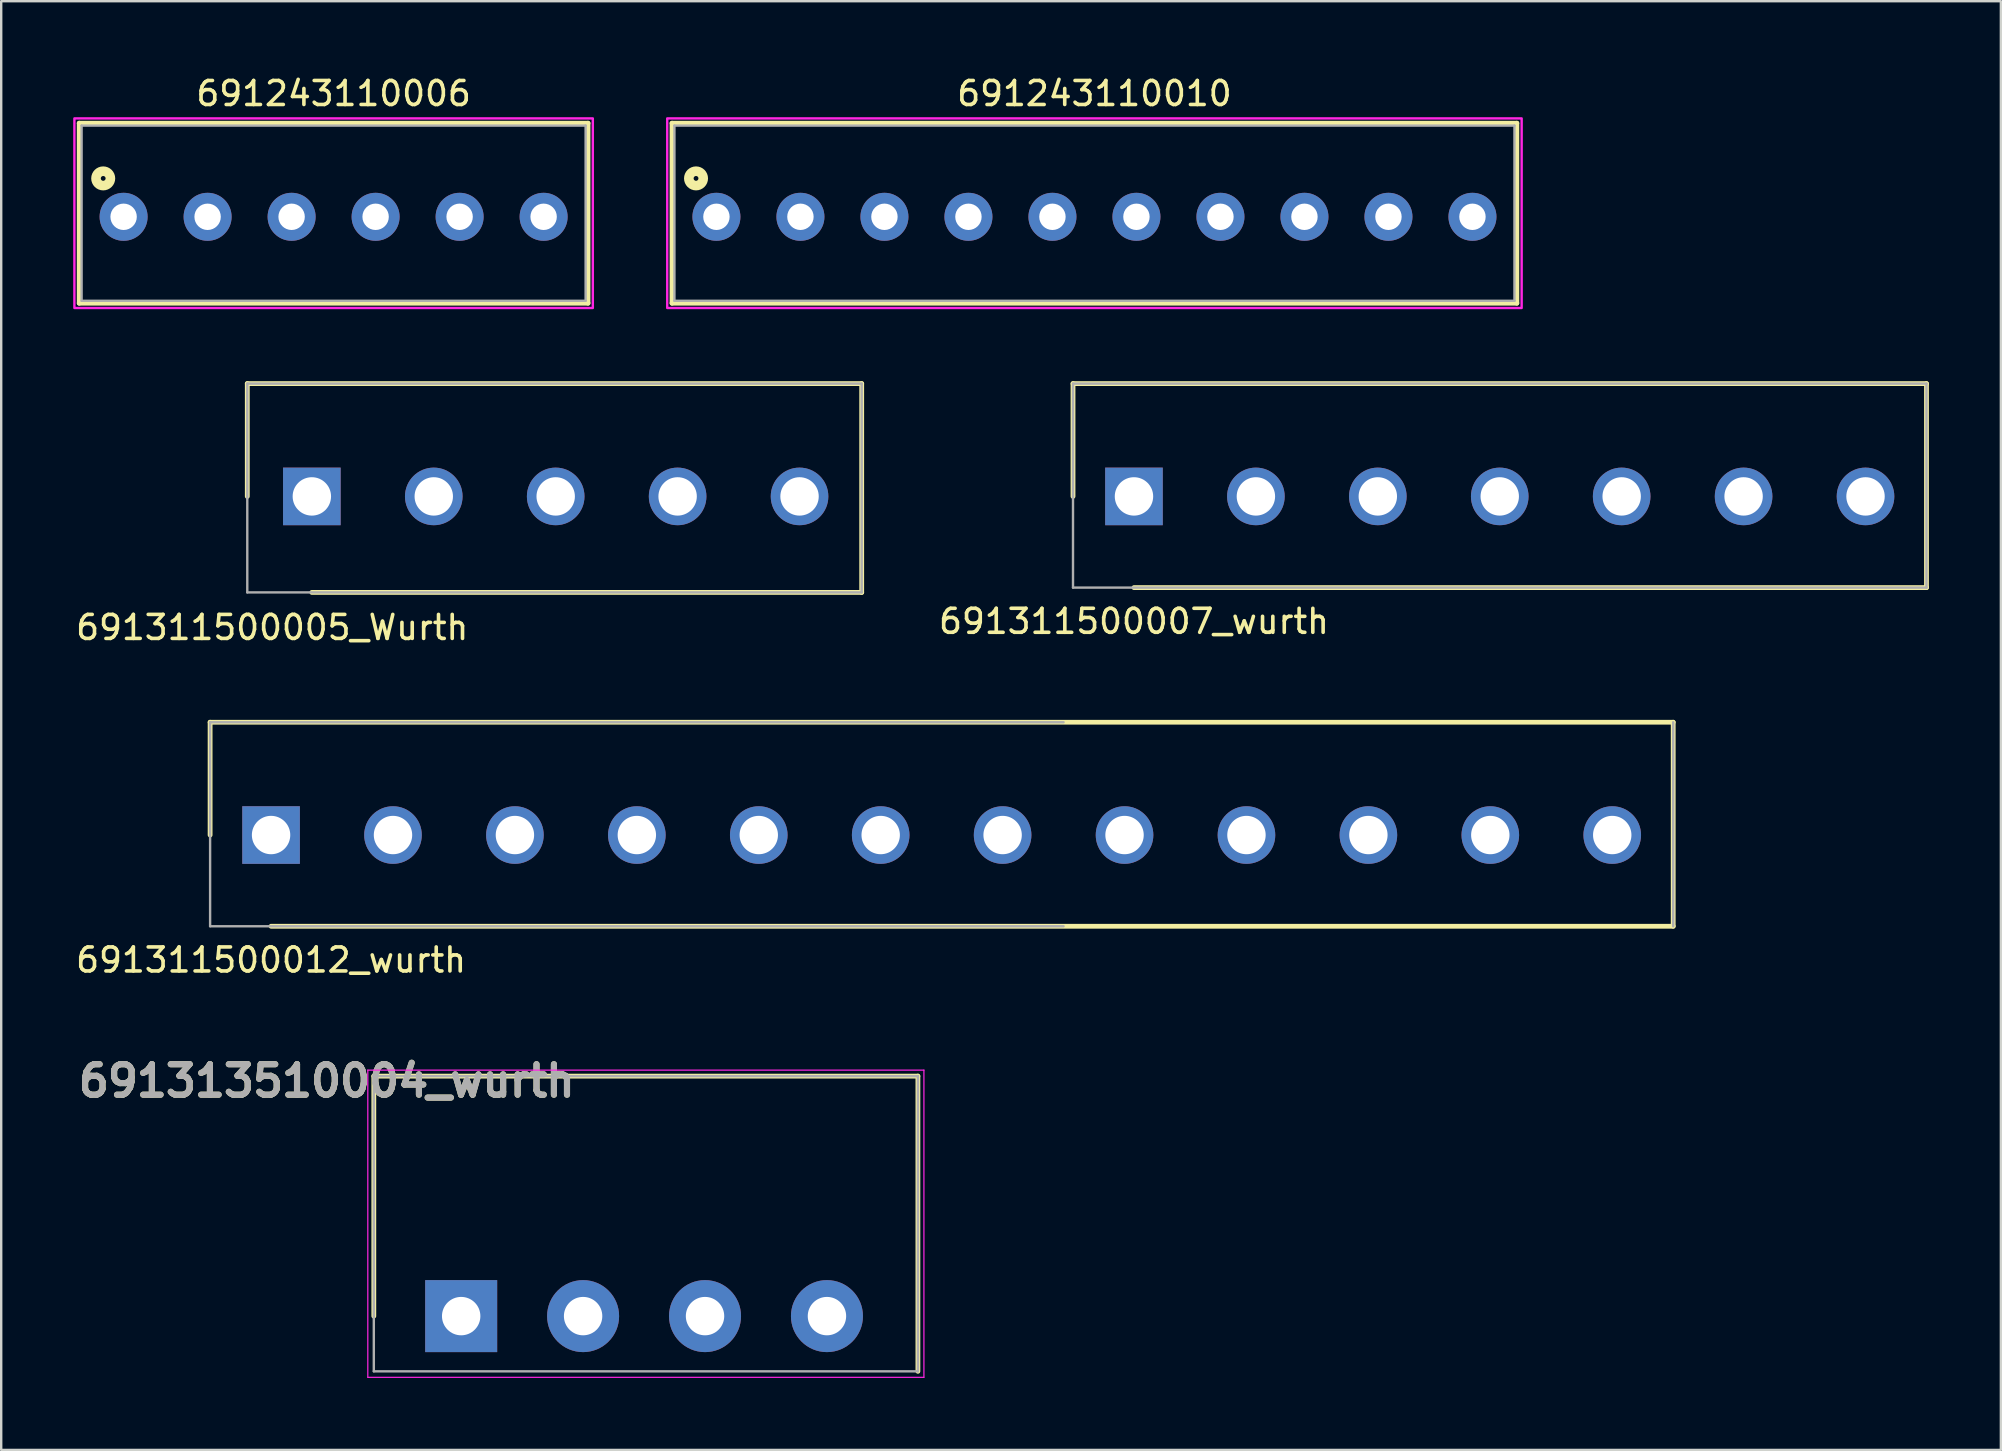
<source format=kicad_pcb>
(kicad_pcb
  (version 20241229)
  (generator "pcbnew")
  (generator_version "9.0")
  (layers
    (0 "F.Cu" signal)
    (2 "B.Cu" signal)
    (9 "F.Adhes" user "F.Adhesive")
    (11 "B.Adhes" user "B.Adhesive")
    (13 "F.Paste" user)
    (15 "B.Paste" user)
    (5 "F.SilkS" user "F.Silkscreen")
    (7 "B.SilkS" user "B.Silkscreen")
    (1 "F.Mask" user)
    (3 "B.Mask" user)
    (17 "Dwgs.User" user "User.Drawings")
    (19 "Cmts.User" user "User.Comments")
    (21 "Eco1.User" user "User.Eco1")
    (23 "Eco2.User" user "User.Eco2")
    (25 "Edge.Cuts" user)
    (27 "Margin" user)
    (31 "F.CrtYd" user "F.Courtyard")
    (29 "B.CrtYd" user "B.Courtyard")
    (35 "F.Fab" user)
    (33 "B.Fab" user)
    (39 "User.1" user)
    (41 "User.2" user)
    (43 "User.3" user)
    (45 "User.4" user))
  (footprint "691313510004_wurth"
    (layer "F.Cu")
    (at 16.165 51.786)
    (property "Reference" "691313510004_wurth" (at -5.6 -9.8 0) (layer "F.SilkS") (effects (font (size 1.27 1.27) (thickness 0.254))))
    (attr through_hole)
    (fp_line (start -3.64 -10) (end 19.03 -10) (stroke (width 0.2) (type solid)) (layer "F.SilkS"))
    (fp_line (start -3.64 0) (end -3.64 -10) (stroke (width 0.2) (type solid)) (layer "F.SilkS"))
    (fp_line (start 19.03 -10) (end 19.03 2.3) (stroke (width 0.2) (type solid)) (layer "F.SilkS"))
    (fp_line (start -3.89 -10.25) (end -3.89 2.55) (stroke (width 0.05) (type solid)) (layer "F.CrtYd"))
    (fp_line (start -3.89 2.55) (end 19.28 2.55) (stroke (width 0.05) (type solid)) (layer "F.CrtYd"))
    (fp_line (start 19.28 -10.25) (end -3.89 -10.25) (stroke (width 0.05) (type solid)) (layer "F.CrtYd"))
    (fp_line (start 19.28 2.55) (end 19.28 -10.25) (stroke (width 0.05) (type solid)) (layer "F.CrtYd"))
    (fp_line (start -3.64 -10) (end 19.03 -10) (stroke (width 0.1) (type solid)) (layer "F.Fab"))
    (fp_line (start -3.64 2.3) (end -3.64 -10) (stroke (width 0.1) (type solid)) (layer "F.Fab"))
    (fp_line (start 19.03 -10) (end 19.03 2.3) (stroke (width 0.1) (type solid)) (layer "F.Fab"))
    (fp_line (start 19.03 2.3) (end -3.64 2.3) (stroke (width 0.1) (type solid)) (layer "F.Fab"))
    (fp_text user "${REFERENCE}" (at -5.6 -9.8 0) (layer "F.Fab") (effects (font (size 1.27 1.27) (thickness 0.254))))
    (pad "1" thru_hole rect (at 0 0) (size 3 3) (drill 1.6) (layers "*.Cu" "*.Mask"))
    (pad "2" thru_hole circle (at 5.08 0) (size 3 3) (drill 1.6) (layers "*.Cu" "*.Mask"))
    (pad "3" thru_hole circle (at 10.16 0) (size 3 3) (drill 1.6) (layers "*.Cu" "*.Mask"))
    (pad "4" thru_hole circle (at 15.24 0) (size 3 3) (drill 1.6) (layers "*.Cu" "*.Mask")))
  (footprint "691243110006"
    (layer "F.Cu")
    (at 10.85 5.983)
    (property "Reference" "691243110006" (at 0 -5.135 0) (layer "F.SilkS") (effects (font (size 1 1) (thickness 0.15))))
    (attr through_hole)
    (fp_line (start -10.6 -3.9) (end 10.6 -3.9) (stroke (width 0.2) (type solid)) (layer "F.SilkS"))
    (fp_line (start -10.6 3.6) (end -10.6 -3.9) (stroke (width 0.2) (type solid)) (layer "F.SilkS"))
    (fp_line (start 10.6 -3.9) (end 10.6 3.6) (stroke (width 0.2) (type solid)) (layer "F.SilkS"))
    (fp_line (start 10.6 3.6) (end -10.6 3.6) (stroke (width 0.2) (type solid)) (layer "F.SilkS"))
    (fp_circle (center -9.6 -1.6) (end -9.5 -1.6) (stroke (width 0.4) (type solid)) (fill no) (layer "F.SilkS"))
    (fp_poly (pts (xy -10.8 -4.1) (xy 10.8 -4.1) (xy 10.8 3.8) (xy -10.8 3.8)) (stroke (width 0.1) (type solid)) (fill no) (layer "F.CrtYd"))
    (fp_line (start -10.5 -3.8) (end 10.5 -3.8) (stroke (width 0.1) (type solid)) (layer "F.Fab"))
    (fp_line (start -10.5 3.5) (end -10.5 -3.8) (stroke (width 0.1) (type solid)) (layer "F.Fab"))
    (fp_line (start 10.5 -3.8) (end 10.5 3.5) (stroke (width 0.1) (type solid)) (layer "F.Fab"))
    (fp_line (start 10.5 3.5) (end -10.5 3.5) (stroke (width 0.1) (type solid)) (layer "F.Fab"))
    (pad "1" thru_hole circle (at -8.75 0) (size 2 2) (drill 1.1) (layers "*.Cu" "*.Mask"))
    (pad "2" thru_hole circle (at -5.25 0) (size 2 2) (drill 1.1) (layers "*.Cu" "*.Mask"))
    (pad "3" thru_hole circle (at -1.75 0) (size 2 2) (drill 1.1) (layers "*.Cu" "*.Mask"))
    (pad "4" thru_hole circle (at 1.75 0) (size 2 2) (drill 1.1) (layers "*.Cu" "*.Mask"))
    (pad "5" thru_hole circle (at 5.25 0) (size 2 2) (drill 1.1) (layers "*.Cu" "*.Mask"))
    (pad "6" thru_hole circle (at 8.75 0) (size 2 2) (drill 1.1) (layers "*.Cu" "*.Mask")))
  (footprint "691311500005_Wurth"
    (layer "F.Cu")
    (at 9.943 17.633)
    (property "Reference" "691311500005_Wurth" (at -1.651 5.461 0) (layer "F.SilkS") (effects (font (size 1 1) (thickness 0.15))))
    (attr through_hole)
    (fp_line (start -2.69 -4.7) (end -2.69 0) (stroke (width 0.2) (type solid)) (layer "F.SilkS"))
    (fp_line (start 0 4) (end 22.91 4) (stroke (width 0.2) (type solid)) (layer "F.SilkS"))
    (fp_line (start 22.91 -4.7) (end -2.69 -4.7) (stroke (width 0.2) (type solid)) (layer "F.SilkS"))
    (fp_line (start 22.91 4) (end 22.91 -4.7) (stroke (width 0.2) (type solid)) (layer "F.SilkS"))
    (fp_line (start -2.69 -4.7) (end 22.91 -4.7) (stroke (width 0.1) (type solid)) (layer "F.Fab"))
    (fp_line (start -2.69 4) (end -2.69 -4.7) (stroke (width 0.1) (type solid)) (layer "F.Fab"))
    (fp_line (start 22.91 -4.7) (end 22.91 4) (stroke (width 0.1) (type solid)) (layer "F.Fab"))
    (fp_line (start 22.91 4) (end -2.69 4) (stroke (width 0.1) (type solid)) (layer "F.Fab"))
    (pad "1" thru_hole rect (at 0 0) (size 2.4 2.4) (drill 1.6) (layers "*.Cu" "*.Mask"))
    (pad "2" thru_hole circle (at 5.08 0) (size 2.4 2.4) (drill 1.6) (layers "*.Cu" "*.Mask"))
    (pad "3" thru_hole circle (at 10.16 0) (size 2.4 2.4) (drill 1.6) (layers "*.Cu" "*.Mask"))
    (pad "4" thru_hole circle (at 15.24 0) (size 2.4 2.4) (drill 1.6) (layers "*.Cu" "*.Mask"))
    (pad "5" thru_hole circle (at 20.32 0) (size 2.4 2.4) (drill 1.6) (layers "*.Cu" "*.Mask")))
  (footprint "691243110010"
    (layer "F.Cu")
    (at 42.55 5.983)
    (property "Reference" "691243110010" (at 0 -5.135 0) (layer "F.SilkS") (effects (font (size 1 1) (thickness 0.15))))
    (attr through_hole)
    (fp_line (start -17.6 -3.9) (end 17.6 -3.9) (stroke (width 0.2) (type solid)) (layer "F.SilkS"))
    (fp_line (start -17.6 3.6) (end -17.6 -3.9) (stroke (width 0.2) (type solid)) (layer "F.SilkS"))
    (fp_line (start 17.6 -3.9) (end 17.6 3.6) (stroke (width 0.2) (type solid)) (layer "F.SilkS"))
    (fp_line (start 17.6 3.6) (end -17.6 3.6) (stroke (width 0.2) (type solid)) (layer "F.SilkS"))
    (fp_circle (center -16.6 -1.6) (end -16.5 -1.6) (stroke (width 0.4) (type solid)) (fill no) (layer "F.SilkS"))
    (fp_poly (pts (xy -17.8 -4.1) (xy 17.8 -4.1) (xy 17.8 3.8) (xy -17.8 3.8)) (stroke (width 0.1) (type solid)) (fill no) (layer "F.CrtYd"))
    (fp_line (start -17.5 -3.8) (end 17.5 -3.8) (stroke (width 0.1) (type solid)) (layer "F.Fab"))
    (fp_line (start -17.5 3.5) (end -17.5 -3.8) (stroke (width 0.1) (type solid)) (layer "F.Fab"))
    (fp_line (start 17.5 -3.8) (end 17.5 3.5) (stroke (width 0.1) (type solid)) (layer "F.Fab"))
    (fp_line (start 17.5 3.5) (end -17.5 3.5) (stroke (width 0.1) (type solid)) (layer "F.Fab"))
    (pad "1" thru_hole circle (at -15.75 0) (size 2 2) (drill 1.1) (layers "*.Cu" "*.Mask"))
    (pad "2" thru_hole circle (at -12.25 0) (size 2 2) (drill 1.1) (layers "*.Cu" "*.Mask"))
    (pad "3" thru_hole circle (at -8.75 0) (size 2 2) (drill 1.1) (layers "*.Cu" "*.Mask"))
    (pad "4" thru_hole circle (at -5.25 0) (size 2 2) (drill 1.1) (layers "*.Cu" "*.Mask"))
    (pad "5" thru_hole circle (at -1.75 0) (size 2 2) (drill 1.1) (layers "*.Cu" "*.Mask"))
    (pad "6" thru_hole circle (at 1.75 0) (size 2 2) (drill 1.1) (layers "*.Cu" "*.Mask"))
    (pad "7" thru_hole circle (at 5.25 0) (size 2 2) (drill 1.1) (layers "*.Cu" "*.Mask"))
    (pad "8" thru_hole circle (at 8.75 0) (size 2 2) (drill 1.1) (layers "*.Cu" "*.Mask"))
    (pad "9" thru_hole circle (at 12.25 0) (size 2 2) (drill 1.1) (layers "*.Cu" "*.Mask"))
    (pad "10" thru_hole circle (at 15.75 0) (size 2 2) (drill 1.1) (layers "*.Cu" "*.Mask")))
  (footprint "691311500007_wurth"
    (layer "F.Cu")
    (at 44.197 17.633)
    (property "Reference" "691311500007_wurth" (at 0 5.207 0) (layer "F.SilkS") (effects (font (size 1 1) (thickness 0.15))))
    (attr through_hole)
    (fp_line (start -2.54 -4.7) (end 33.02 -4.7) (stroke (width 0.2) (type solid)) (layer "F.SilkS"))
    (fp_line (start -2.54 0) (end -2.54 -4.7) (stroke (width 0.2) (type solid)) (layer "F.SilkS"))
    (fp_line (start 33.02 -4.7) (end 33.02 3.8) (stroke (width 0.2) (type solid)) (layer "F.SilkS"))
    (fp_line (start 33.02 3.8) (end 0 3.8) (stroke (width 0.2) (type solid)) (layer "F.SilkS"))
    (fp_line (start -2.54 -4.7) (end 33.02 -4.7) (stroke (width 0.1) (type solid)) (layer "F.Fab"))
    (fp_line (start -2.54 3.8) (end -2.54 -4.7) (stroke (width 0.1) (type solid)) (layer "F.Fab"))
    (fp_line (start 33.02 -4.7) (end 33.02 3.8) (stroke (width 0.1) (type solid)) (layer "F.Fab"))
    (fp_line (start 33.02 3.8) (end -2.54 3.8) (stroke (width 0.1) (type solid)) (layer "F.Fab"))
    (pad "1" thru_hole rect (at 0 0) (size 2.4 2.4) (drill 1.6) (layers "*.Cu" "*.Mask"))
    (pad "2" thru_hole circle (at 5.08 0) (size 2.4 2.4) (drill 1.6) (layers "*.Cu" "*.Mask"))
    (pad "3" thru_hole circle (at 10.16 0) (size 2.4 2.4) (drill 1.6) (layers "*.Cu" "*.Mask"))
    (pad "4" thru_hole circle (at 15.24 0) (size 2.4 2.4) (drill 1.6) (layers "*.Cu" "*.Mask"))
    (pad "5" thru_hole circle (at 20.32 0) (size 2.4 2.4) (drill 1.6) (layers "*.Cu" "*.Mask"))
    (pad "6" thru_hole circle (at 25.4 0) (size 2.4 2.4) (drill 1.6) (layers "*.Cu" "*.Mask"))
    (pad "7" thru_hole circle (at 30.48 0) (size 2.4 2.4) (drill 1.6) (layers "*.Cu" "*.Mask")))
  (footprint "691311500012_wurth"
    (layer "F.Cu")
    (at 8.244 31.742)
    (property "Reference" "691311500012_wurth" (at 0 5.207 0) (layer "F.SilkS") (effects (font (size 1 1) (thickness 0.15))))
    (attr through_hole)
    (fp_line (start -2.54 -4.7) (end 58.42 -4.7) (stroke (width 0.2) (type solid)) (layer "F.SilkS"))
    (fp_line (start -2.54 0) (end -2.54 -4.7) (stroke (width 0.2) (type solid)) (layer "F.SilkS"))
    (fp_line (start 58.42 -4.7) (end 58.42 3.8) (stroke (width 0.2) (type solid)) (layer "F.SilkS"))
    (fp_line (start 58.42 3.8) (end 0 3.8) (stroke (width 0.2) (type solid)) (layer "F.SilkS"))
    (fp_line (start -2.54 -4.7) (end 33.02 -4.7) (stroke (width 0.1) (type solid)) (layer "F.Fab"))
    (fp_line (start -2.54 3.8) (end -2.54 -4.7) (stroke (width 0.1) (type solid)) (layer "F.Fab"))
    (fp_line (start 33.02 3.8) (end -2.54 3.8) (stroke (width 0.1) (type solid)) (layer "F.Fab"))
    (fp_line (start 58.42 -4.7) (end 58.42 3.8) (stroke (width 0.1) (type solid)) (layer "F.Fab"))
    (pad "1" thru_hole rect (at 0 0) (size 2.4 2.4) (drill 1.6) (layers "*.Cu" "*.Mask"))
    (pad "2" thru_hole circle (at 5.08 0) (size 2.4 2.4) (drill 1.6) (layers "*.Cu" "*.Mask"))
    (pad "3" thru_hole circle (at 10.16 0) (size 2.4 2.4) (drill 1.6) (layers "*.Cu" "*.Mask"))
    (pad "4" thru_hole circle (at 15.24 0) (size 2.4 2.4) (drill 1.6) (layers "*.Cu" "*.Mask"))
    (pad "5" thru_hole circle (at 20.32 0) (size 2.4 2.4) (drill 1.6) (layers "*.Cu" "*.Mask"))
    (pad "6" thru_hole circle (at 25.4 0) (size 2.4 2.4) (drill 1.6) (layers "*.Cu" "*.Mask"))
    (pad "7" thru_hole circle (at 30.48 0) (size 2.4 2.4) (drill 1.6) (layers "*.Cu" "*.Mask"))
    (pad "8" thru_hole circle (at 35.56 0) (size 2.4 2.4) (drill 1.6) (layers "*.Cu" "*.Mask"))
    (pad "9" thru_hole circle (at 40.64 0) (size 2.4 2.4) (drill 1.6) (layers "*.Cu" "*.Mask"))
    (pad "10" thru_hole circle (at 45.72 0) (size 2.4 2.4) (drill 1.6) (layers "*.Cu" "*.Mask"))
    (pad "11" thru_hole circle (at 50.8 0) (size 2.4 2.4) (drill 1.6) (layers "*.Cu" "*.Mask"))
    (pad "12" thru_hole circle (at 55.88 0) (size 2.4 2.4) (drill 1.6) (layers "*.Cu" "*.Mask")))
  (gr_rect
    (start -3 -3)
    (end 80.317 57.361)
    (stroke (width 0.1) (type default))
    (fill no)
    (layer "Edge.Cuts")))
</source>
